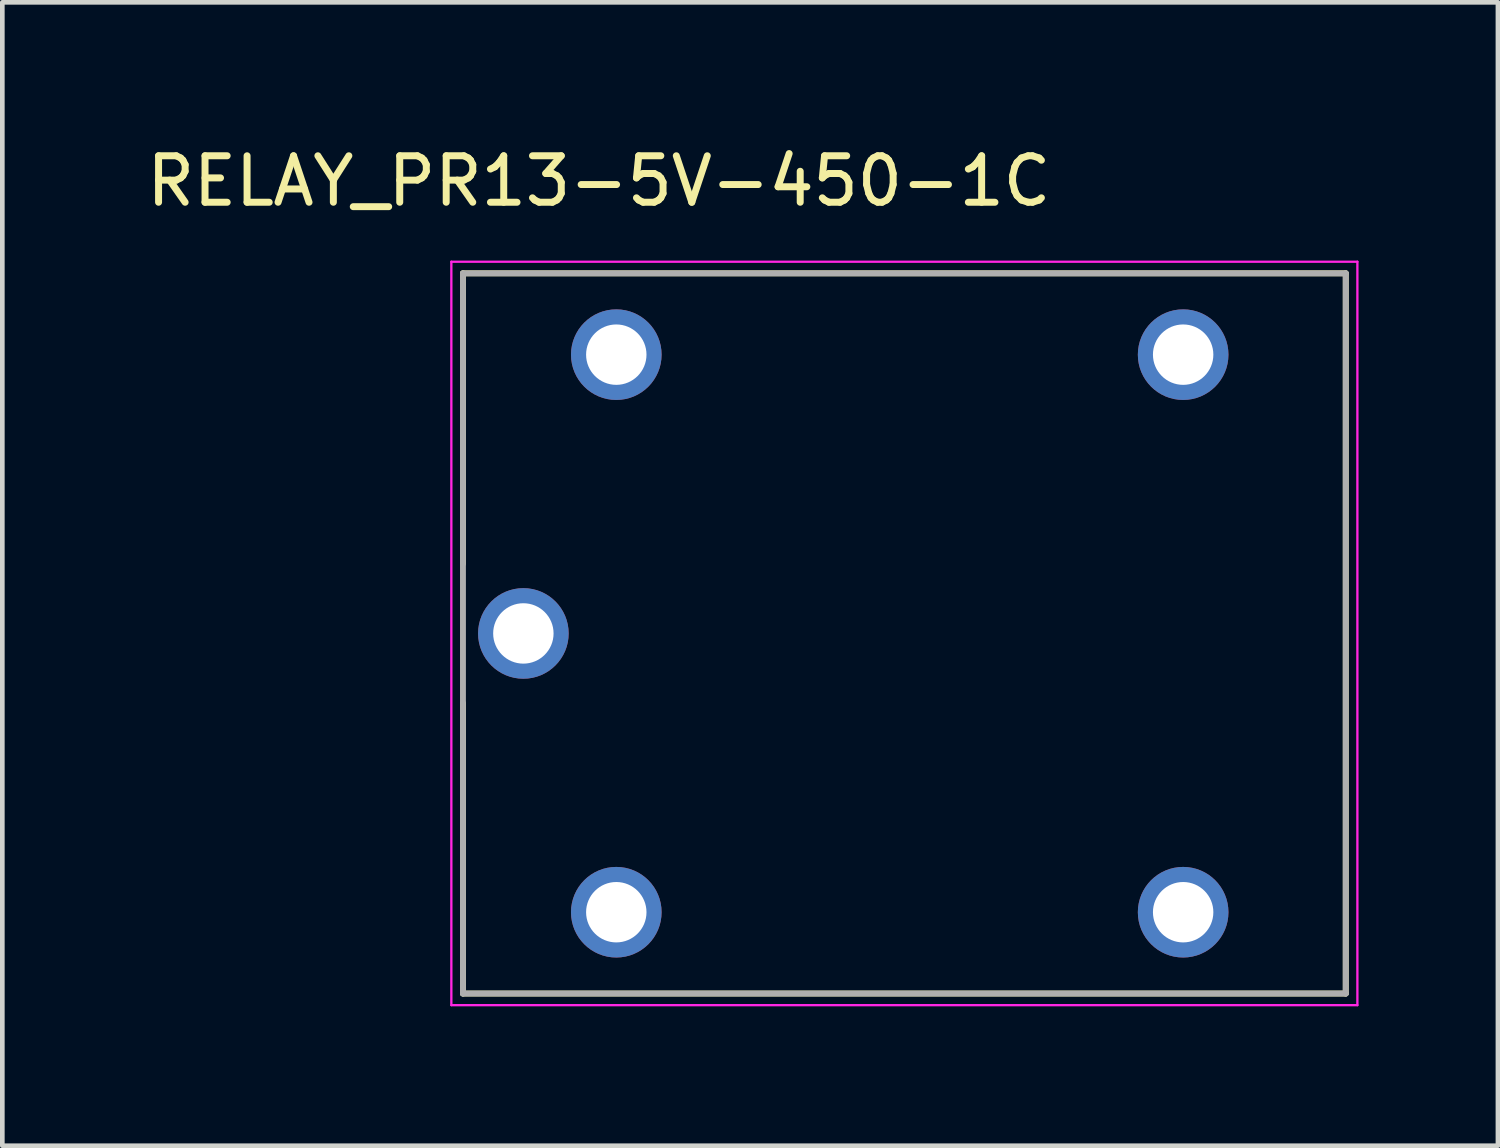
<source format=kicad_pcb>
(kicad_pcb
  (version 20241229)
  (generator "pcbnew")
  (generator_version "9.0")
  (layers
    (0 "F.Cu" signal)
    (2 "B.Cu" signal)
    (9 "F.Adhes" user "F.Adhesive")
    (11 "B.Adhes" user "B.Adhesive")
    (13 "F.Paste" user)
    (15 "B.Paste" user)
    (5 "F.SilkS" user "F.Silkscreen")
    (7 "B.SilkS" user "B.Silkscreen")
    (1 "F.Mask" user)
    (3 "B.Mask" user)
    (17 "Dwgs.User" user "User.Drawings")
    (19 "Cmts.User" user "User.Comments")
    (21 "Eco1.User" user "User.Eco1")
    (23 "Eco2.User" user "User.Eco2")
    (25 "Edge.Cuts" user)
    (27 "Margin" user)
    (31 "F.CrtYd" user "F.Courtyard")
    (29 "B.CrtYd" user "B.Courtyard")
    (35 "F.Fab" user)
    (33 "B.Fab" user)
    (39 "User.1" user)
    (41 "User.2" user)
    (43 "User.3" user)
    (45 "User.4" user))
  (footprint "RELAY_PR13-5V-450-1C"
    (layer "F.Cu")
    (at 16.414 10.583)
    (property "Reference" "RELAY_PR13-5V-450-1C" (at -6.575 -9.735 0) (layer "F.SilkS") (effects (font (size 1 1) (thickness 0.15))))
    (attr through_hole)
    (fp_line (start -9.5 -7.75) (end -9.5 -1.5) (stroke (width 0.127) (type solid)) (layer "F.SilkS"))
    (fp_line (start -9.5 7.75) (end -9.5 1.5) (stroke (width 0.127) (type solid)) (layer "F.SilkS"))
    (fp_line (start -9.5 7.75) (end 9.5 7.75) (stroke (width 0.127) (type solid)) (layer "F.SilkS"))
    (fp_line (start 9.5 -7.75) (end -9.5 -7.75) (stroke (width 0.127) (type solid)) (layer "F.SilkS"))
    (fp_line (start 9.5 7.75) (end 9.5 -7.75) (stroke (width 0.127) (type solid)) (layer "F.SilkS"))
    (fp_line (start -9.75 -8) (end -9.75 8) (stroke (width 0.05) (type solid)) (layer "F.CrtYd"))
    (fp_line (start -9.75 8) (end 9.75 8) (stroke (width 0.05) (type solid)) (layer "F.CrtYd"))
    (fp_line (start 9.75 -8) (end -9.75 -8) (stroke (width 0.05) (type solid)) (layer "F.CrtYd"))
    (fp_line (start 9.75 8) (end 9.75 -8) (stroke (width 0.05) (type solid)) (layer "F.CrtYd"))
    (fp_line (start -9.5 -7.75) (end -9.5 7.75) (stroke (width 0.127) (type solid)) (layer "F.Fab"))
    (fp_line (start -9.5 7.75) (end 9.5 7.75) (stroke (width 0.127) (type solid)) (layer "F.Fab"))
    (fp_line (start 9.5 -7.75) (end -9.5 -7.75) (stroke (width 0.127) (type solid)) (layer "F.Fab"))
    (fp_line (start 9.5 7.75) (end 9.5 -7.75) (stroke (width 0.127) (type solid)) (layer "F.Fab"))
    (pad "A1" thru_hole circle (at -6.2 -6) (size 1.95 1.95) (drill 1.3) (layers "*.Cu" "*.Mask"))
    (pad "A2" thru_hole circle (at -6.2 6) (size 1.95 1.95) (drill 1.3) (layers "*.Cu" "*.Mask"))
    (pad "COM" thru_hole circle (at -8.2 0) (size 1.95 1.95) (drill 1.3) (layers "*.Cu" "*.Mask"))
    (pad "NC" thru_hole circle (at 6 -6) (size 1.95 1.95) (drill 1.3) (layers "*.Cu" "*.Mask"))
    (pad "NO" thru_hole circle (at 6 6) (size 1.95 1.95) (drill 1.3) (layers "*.Cu" "*.Mask")))
  (gr_rect
    (start -3 -3)
    (end 29.189 21.608)
    (stroke (width 0.1) (type default))
    (fill no)
    (layer "Edge.Cuts")))
</source>
